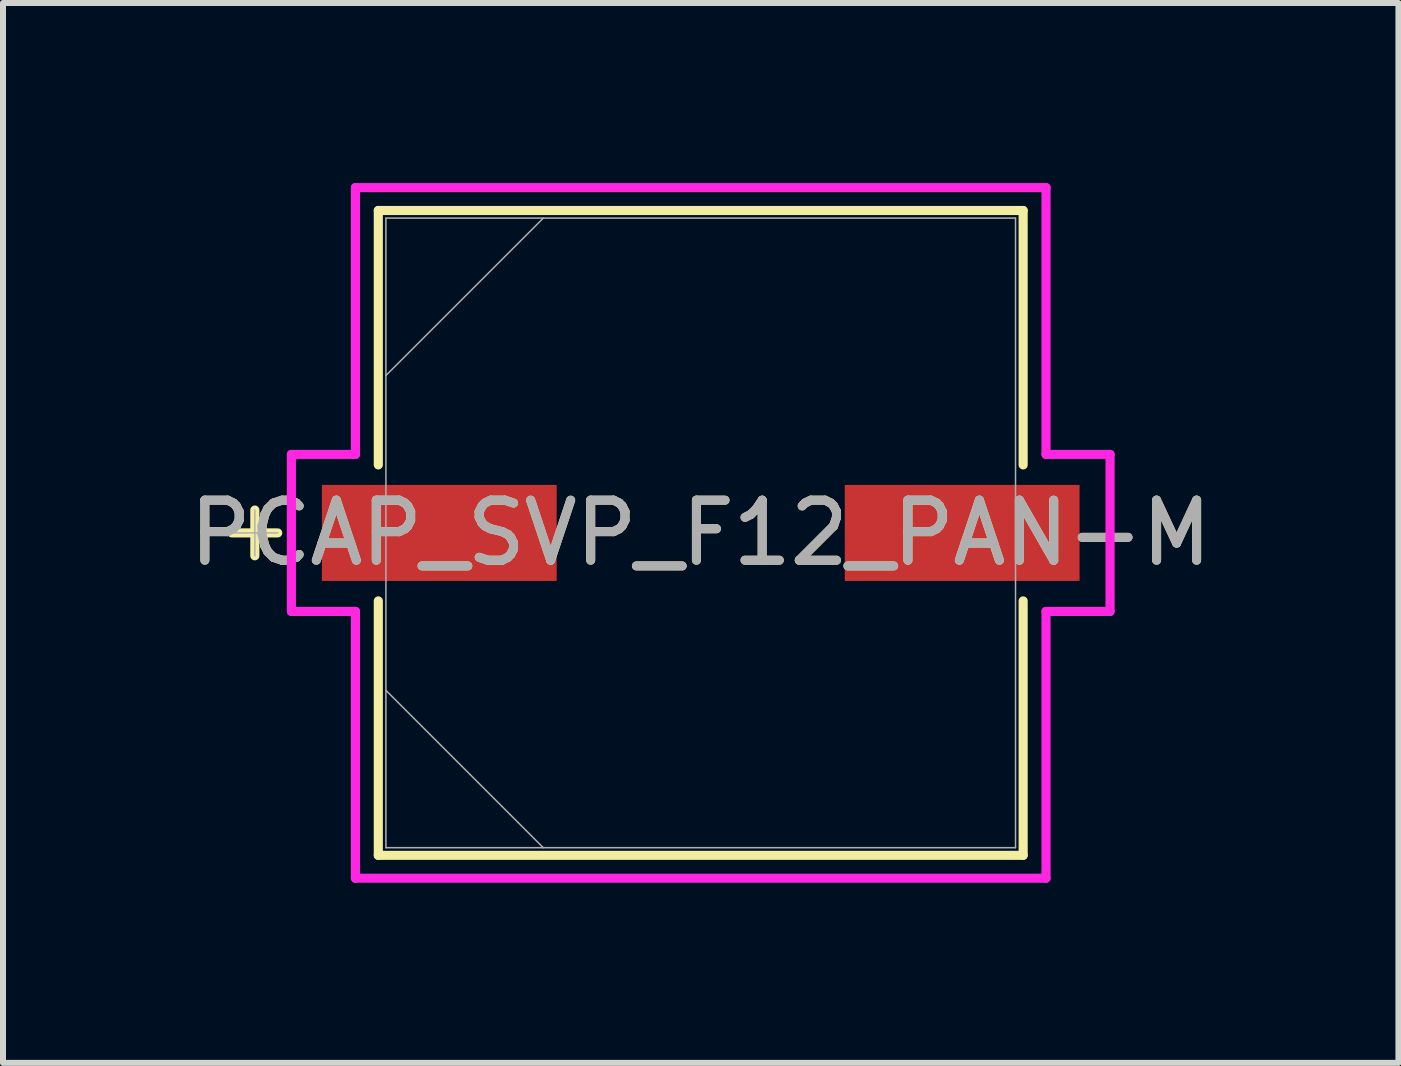
<source format=kicad_pcb>
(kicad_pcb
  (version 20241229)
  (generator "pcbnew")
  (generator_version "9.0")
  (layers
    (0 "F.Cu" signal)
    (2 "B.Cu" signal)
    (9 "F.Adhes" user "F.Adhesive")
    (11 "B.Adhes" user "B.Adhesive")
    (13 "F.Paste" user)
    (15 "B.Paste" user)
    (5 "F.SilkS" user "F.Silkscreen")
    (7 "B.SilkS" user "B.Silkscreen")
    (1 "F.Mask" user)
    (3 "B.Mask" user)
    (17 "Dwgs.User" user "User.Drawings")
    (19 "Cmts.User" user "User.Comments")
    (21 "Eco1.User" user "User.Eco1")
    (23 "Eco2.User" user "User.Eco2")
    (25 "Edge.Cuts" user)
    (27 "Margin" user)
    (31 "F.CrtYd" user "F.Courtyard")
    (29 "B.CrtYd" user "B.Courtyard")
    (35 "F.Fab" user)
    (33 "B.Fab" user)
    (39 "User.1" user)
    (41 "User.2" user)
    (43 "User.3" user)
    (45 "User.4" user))
  (footprint "PCAP_SVP_F12_PAN-M"
    (layer "F.Cu")
    (at 8.625 5.829)
    (property "Reference" "PCAP_SVP_F12_PAN-M" (at 0 0 0) (unlocked yes) (layer "F.SilkS") (effects (font (size 1 1) (thickness 0.15))))
    (attr smd)
    (fp_line (start -7.429 -0.381) (end -7.429 0.381) (stroke (width 0.152) (type solid)) (layer "F.SilkS"))
    (fp_line (start -7.048 0) (end -7.811 0) (stroke (width 0.152) (type solid)) (layer "F.SilkS"))
    (fp_line (start -5.372 -5.372) (end -5.372 -1.133) (stroke (width 0.152) (type solid)) (layer "F.SilkS"))
    (fp_line (start -5.372 1.133) (end -5.372 5.372) (stroke (width 0.152) (type solid)) (layer "F.SilkS"))
    (fp_line (start -5.372 5.372) (end 5.372 5.372) (stroke (width 0.152) (type solid)) (layer "F.SilkS"))
    (fp_line (start 5.372 -5.372) (end -5.372 -5.372) (stroke (width 0.152) (type solid)) (layer "F.SilkS"))
    (fp_line (start 5.372 -1.133) (end 5.372 -5.372) (stroke (width 0.152) (type solid)) (layer "F.SilkS"))
    (fp_line (start 5.372 5.372) (end 5.372 1.133) (stroke (width 0.152) (type solid)) (layer "F.SilkS"))
    (fp_line (start -6.82 -1.308) (end -5.753 -1.308) (stroke (width 0.152) (type solid)) (layer "F.CrtYd"))
    (fp_line (start -6.82 1.308) (end -6.82 -1.308) (stroke (width 0.152) (type solid)) (layer "F.CrtYd"))
    (fp_line (start -5.753 -5.753) (end 5.753 -5.753) (stroke (width 0.152) (type solid)) (layer "F.CrtYd"))
    (fp_line (start -5.753 -1.308) (end -5.753 -5.753) (stroke (width 0.152) (type solid)) (layer "F.CrtYd"))
    (fp_line (start -5.753 1.308) (end -6.82 1.308) (stroke (width 0.152) (type solid)) (layer "F.CrtYd"))
    (fp_line (start -5.753 5.753) (end -5.753 1.308) (stroke (width 0.152) (type solid)) (layer "F.CrtYd"))
    (fp_line (start 5.753 -5.753) (end 5.753 -1.308) (stroke (width 0.152) (type solid)) (layer "F.CrtYd"))
    (fp_line (start 5.753 -1.308) (end 6.82 -1.308) (stroke (width 0.152) (type solid)) (layer "F.CrtYd"))
    (fp_line (start 5.753 1.308) (end 5.753 5.753) (stroke (width 0.152) (type solid)) (layer "F.CrtYd"))
    (fp_line (start 5.753 5.753) (end -5.753 5.753) (stroke (width 0.152) (type solid)) (layer "F.CrtYd"))
    (fp_line (start 6.82 -1.308) (end 6.82 1.308) (stroke (width 0.152) (type solid)) (layer "F.CrtYd"))
    (fp_line (start 6.82 1.308) (end 5.753 1.308) (stroke (width 0.152) (type solid)) (layer "F.CrtYd"))
    (fp_line (start -7.429 -0.381) (end -7.429 0.381) (stroke (width 0.025) (type solid)) (layer "F.Fab"))
    (fp_line (start -7.048 0) (end -7.811 0) (stroke (width 0.025) (type solid)) (layer "F.Fab"))
    (fp_line (start -5.245 -5.245) (end -5.245 5.245) (stroke (width 0.025) (type solid)) (layer "F.Fab"))
    (fp_line (start -5.245 -2.623) (end -2.623 -5.245) (stroke (width 0.025) (type solid)) (layer "F.Fab"))
    (fp_line (start -5.245 2.623) (end -2.623 5.245) (stroke (width 0.025) (type solid)) (layer "F.Fab"))
    (fp_line (start -5.245 5.245) (end 5.245 5.245) (stroke (width 0.025) (type solid)) (layer "F.Fab"))
    (fp_line (start 5.245 -5.245) (end -5.245 -5.245) (stroke (width 0.025) (type solid)) (layer "F.Fab"))
    (fp_line (start 5.245 5.245) (end 5.245 -5.245) (stroke (width 0.025) (type solid)) (layer "F.Fab"))
    (fp_text user "${REFERENCE}" (at 0 0 0) (unlocked yes) (layer "F.Fab") (effects (font (size 1 1) (thickness 0.15))))
    (pad "1" smd rect (at -4.356 0) (size 3.912 1.6) (layers "F.Cu" "F.Mask" "F.Paste"))
    (pad "2" smd rect (at 4.356 0) (size 3.912 1.6) (layers "F.Cu" "F.Mask" "F.Paste"))
    (zone (net_name "") (layer "F.Cu") (hatch full 0.508) (connect_pads) (min_thickness 0.254) (filled_areas_thickness no) (keepout (tracks not_allowed) (vias not_allowed) (pads allowed) (copperpour not_allowed) (footprints allowed)) (placement (enabled no)) (fill) (polygon (pts (xy 3.431 0.635) (xy 13.819 0.635) (xy 13.819 4.978) (xy 3.431 4.978))))
    (zone (net_name "") (layer "F.Cu") (hatch full 0.508) (connect_pads) (min_thickness 0.254) (filled_areas_thickness no) (keepout (tracks not_allowed) (vias not_allowed) (pads allowed) (copperpour not_allowed) (footprints allowed)) (placement (enabled no)) (fill) (polygon (pts (xy 3.431 6.68) (xy 13.819 6.68) (xy 13.819 11.024) (xy 3.431 11.024))))
    (zone (net_name "") (layer "F.Cu") (hatch full 0.508) (connect_pads) (min_thickness 0.254) (filled_areas_thickness no) (keepout (tracks not_allowed) (vias not_allowed) (pads allowed) (copperpour not_allowed) (footprints allowed)) (placement (enabled no)) (fill) (polygon (pts (xy 6.276 4.978) (xy 10.975 4.978) (xy 10.975 6.68) (xy 6.276 6.68)))))
  (gr_rect
    (start -3 -3)
    (end 20.25 14.659)
    (stroke (width 0.1) (type default))
    (fill no)
    (layer "Edge.Cuts")))
</source>
